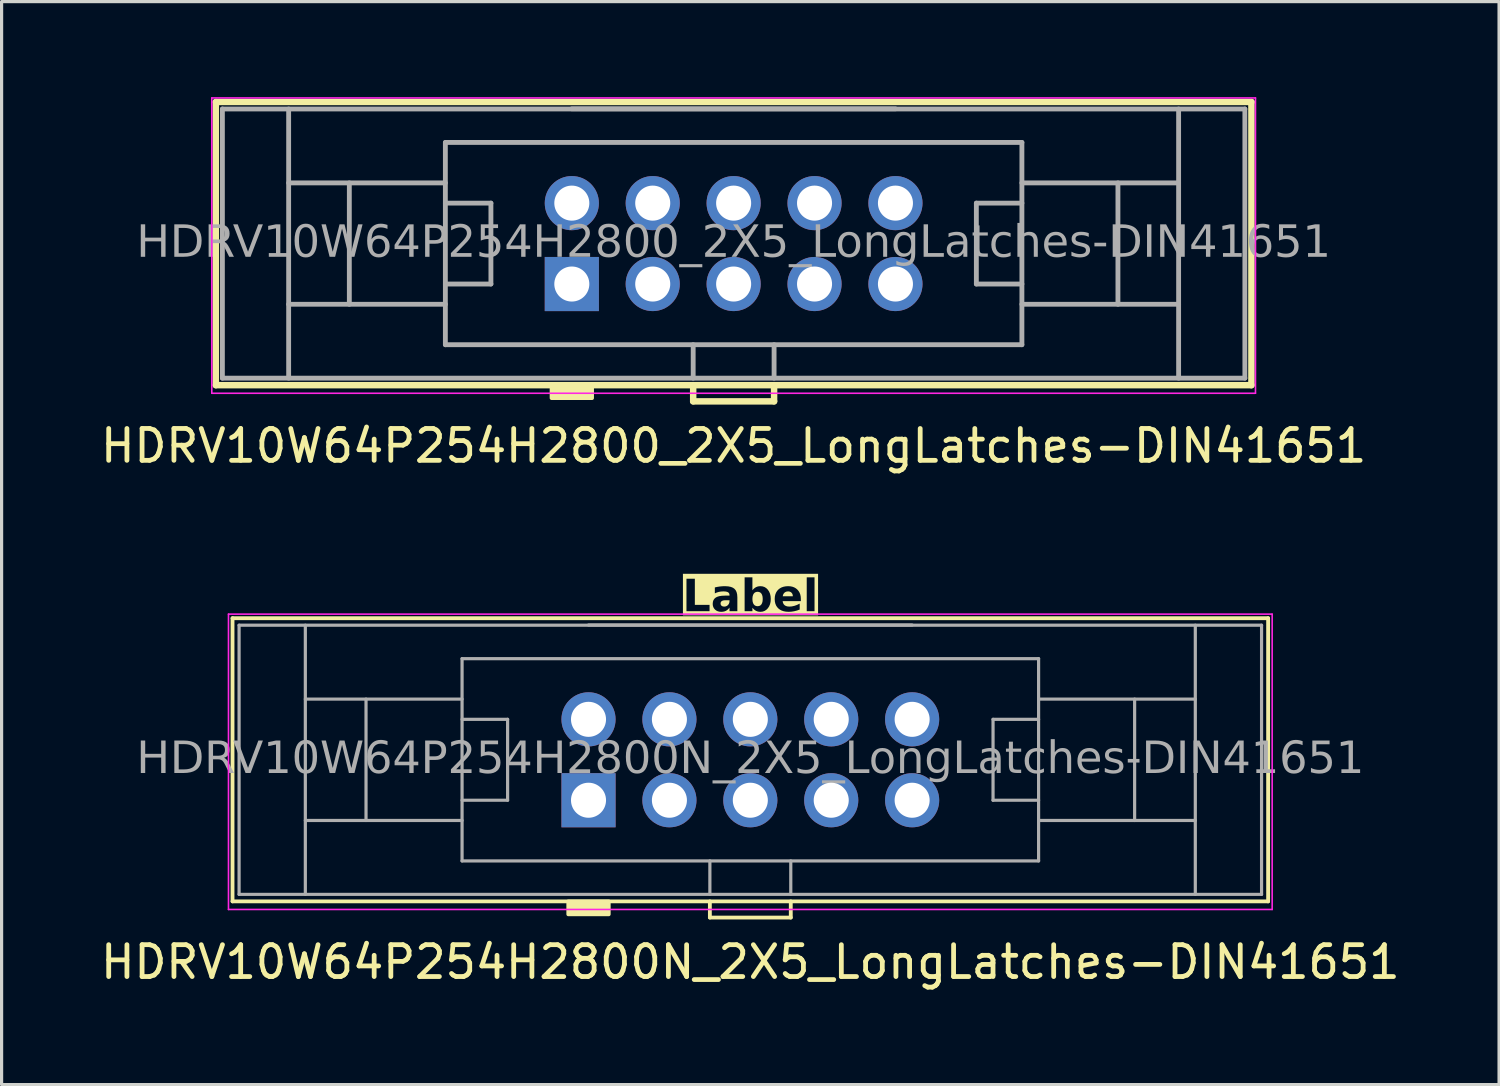
<source format=kicad_pcb>
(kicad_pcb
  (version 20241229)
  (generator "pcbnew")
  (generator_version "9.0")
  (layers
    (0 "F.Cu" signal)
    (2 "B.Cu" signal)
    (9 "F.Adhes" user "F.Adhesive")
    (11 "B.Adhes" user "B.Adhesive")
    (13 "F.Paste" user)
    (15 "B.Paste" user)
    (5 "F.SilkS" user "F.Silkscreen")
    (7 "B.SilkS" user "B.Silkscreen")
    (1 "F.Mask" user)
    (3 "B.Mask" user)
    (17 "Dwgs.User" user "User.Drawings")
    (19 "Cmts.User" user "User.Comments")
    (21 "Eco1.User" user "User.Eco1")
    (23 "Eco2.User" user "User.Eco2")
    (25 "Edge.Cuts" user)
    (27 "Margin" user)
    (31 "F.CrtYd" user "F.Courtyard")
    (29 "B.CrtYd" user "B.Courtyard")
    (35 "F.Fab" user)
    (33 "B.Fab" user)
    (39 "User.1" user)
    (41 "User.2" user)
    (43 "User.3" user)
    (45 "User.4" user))
  (footprint "HDRV10W64P254H2800_2X5_LongLatches-DIN41651"
    (layer "F.Cu")
    (at 19.982 4.597)
    (property "Reference" "HDRV10W64P254H2800_2X5_LongLatches-DIN41651" (at 0 6.35 0) (layer "F.SilkS") (effects (font (size 1 1) (thickness 0.15))))
    (attr through_hole)
    (fp_line (start -16.256 -4.445) (end -16.256 4.445) (stroke (width 0.203) (type solid)) (layer "F.SilkS"))
    (fp_line (start -16.256 -4.445) (end 16.256 -4.445) (stroke (width 0.203) (type solid)) (layer "F.SilkS"))
    (fp_line (start -16.256 4.445) (end 16.256 4.445) (stroke (width 0.203) (type solid)) (layer "F.SilkS"))
    (fp_line (start -1.27 4.445) (end -1.27 4.953) (stroke (width 0.203) (type default)) (layer "F.SilkS"))
    (fp_line (start -1.27 4.953) (end 1.27 4.953) (stroke (width 0.203) (type default)) (layer "F.SilkS"))
    (fp_line (start 1.27 4.953) (end 1.27 4.445) (stroke (width 0.203) (type default)) (layer "F.SilkS"))
    (fp_line (start 16.256 -4.445) (end 16.256 4.445) (stroke (width 0.203) (type solid)) (layer "F.SilkS"))
    (fp_rect (start -4.445 4.445) (end -5.715 4.851) (stroke (width 0.12) (type solid)) (fill yes) (layer "F.SilkS"))
    (fp_line (start -16.383 -4.572) (end -16.383 4.699) (stroke (width 0.05) (type solid)) (layer "F.CrtYd"))
    (fp_line (start 16.383 -4.572) (end -16.383 -4.572) (stroke (width 0.05) (type solid)) (layer "F.CrtYd"))
    (fp_line (start 16.383 -4.572) (end 16.383 4.699) (stroke (width 0.05) (type solid)) (layer "F.CrtYd"))
    (fp_line (start 16.383 4.699) (end -16.383 4.699) (stroke (width 0.05) (type solid)) (layer "F.CrtYd"))
    (fp_line (start -16.05 -4.225) (end -16.05 4.225) (stroke (width 0.152) (type solid)) (layer "F.Fab"))
    (fp_line (start -16.05 -4.225) (end 16.05 -4.225) (stroke (width 0.152) (type solid)) (layer "F.Fab"))
    (fp_line (start -13.97 -4.225) (end -13.97 4.225) (stroke (width 0.152) (type default)) (layer "F.Fab"))
    (fp_line (start -13.97 -1.905) (end -9.05 -1.905) (stroke (width 0.152) (type default)) (layer "F.Fab"))
    (fp_line (start -13.97 1.905) (end -9.05 1.905) (stroke (width 0.152) (type default)) (layer "F.Fab"))
    (fp_line (start -12.065 -1.905) (end -12.065 1.905) (stroke (width 0.152) (type default)) (layer "F.Fab"))
    (fp_line (start -9.05 -3.175) (end -9.05 3.175) (stroke (width 0.152) (type solid)) (layer "F.Fab"))
    (fp_line (start -9.05 -3.175) (end 9.05 -3.175) (stroke (width 0.152) (type default)) (layer "F.Fab"))
    (fp_line (start -9.05 -1.27) (end -7.62 -1.27) (stroke (width 0.152) (type default)) (layer "F.Fab"))
    (fp_line (start -7.62 -1.27) (end -7.62 1.27) (stroke (width 0.152) (type default)) (layer "F.Fab"))
    (fp_line (start -7.62 1.27) (end -9.05 1.27) (stroke (width 0.152) (type default)) (layer "F.Fab"))
    (fp_line (start -5.08 -4.231) (end 5.08 -4.231) (stroke (width 0.152) (type solid)) (layer "F.Fab"))
    (fp_line (start -1.27 3.175) (end -1.27 4.225) (stroke (width 0.152) (type default)) (layer "F.Fab"))
    (fp_line (start 1.27 3.175) (end 1.27 4.225) (stroke (width 0.152) (type default)) (layer "F.Fab"))
    (fp_line (start 7.62 -1.27) (end 9.05 -1.27) (stroke (width 0.152) (type default)) (layer "F.Fab"))
    (fp_line (start 7.62 1.27) (end 7.62 -1.27) (stroke (width 0.152) (type default)) (layer "F.Fab"))
    (fp_line (start 9.05 1.27) (end 7.62 1.27) (stroke (width 0.152) (type default)) (layer "F.Fab"))
    (fp_line (start 9.05 3.175) (end -9.05 3.175) (stroke (width 0.152) (type default)) (layer "F.Fab"))
    (fp_line (start 9.05 3.175) (end 9.05 -3.175) (stroke (width 0.152) (type solid)) (layer "F.Fab"))
    (fp_line (start 12.065 1.905) (end 12.065 -1.905) (stroke (width 0.152) (type default)) (layer "F.Fab"))
    (fp_line (start 13.97 -1.905) (end 9.05 -1.905) (stroke (width 0.152) (type default)) (layer "F.Fab"))
    (fp_line (start 13.97 1.905) (end 9.05 1.905) (stroke (width 0.152) (type default)) (layer "F.Fab"))
    (fp_line (start 13.97 4.225) (end 13.97 -4.225) (stroke (width 0.152) (type default)) (layer "F.Fab"))
    (fp_line (start 16.05 4.225) (end -16.05 4.225) (stroke (width 0.152) (type solid)) (layer "F.Fab"))
    (fp_line (start 16.05 4.225) (end 16.05 -4.225) (stroke (width 0.152) (type solid)) (layer "F.Fab"))
    (fp_rect (start -5.397 -0.953) (end -4.763 -1.587) (stroke (width 0.152) (type solid)) (fill no) (layer "F.Fab"))
    (fp_rect (start -5.397 1.587) (end -4.763 0.953) (stroke (width 0.152) (type solid)) (fill no) (layer "F.Fab"))
    (fp_rect (start -2.857 -0.953) (end -2.223 -1.587) (stroke (width 0.152) (type solid)) (fill no) (layer "F.Fab"))
    (fp_rect (start -2.857 1.587) (end -2.223 0.953) (stroke (width 0.152) (type solid)) (fill no) (layer "F.Fab"))
    (fp_rect (start -0.318 -0.953) (end 0.318 -1.587) (stroke (width 0.152) (type solid)) (fill no) (layer "F.Fab"))
    (fp_rect (start -0.318 1.587) (end 0.318 0.953) (stroke (width 0.152) (type solid)) (fill no) (layer "F.Fab"))
    (fp_rect (start 2.223 -0.953) (end 2.857 -1.587) (stroke (width 0.152) (type solid)) (fill no) (layer "F.Fab"))
    (fp_rect (start 2.223 1.587) (end 2.857 0.953) (stroke (width 0.152) (type solid)) (fill no) (layer "F.Fab"))
    (fp_rect (start 4.763 -0.953) (end 5.397 -1.587) (stroke (width 0.152) (type solid)) (fill no) (layer "F.Fab"))
    (fp_rect (start 4.763 1.587) (end 5.397 0.953) (stroke (width 0.152) (type solid)) (fill no) (layer "F.Fab"))
    (fp_text user "${REFERENCE}" (at 0 0 0) (layer "F.Fab") (effects (font (face "Tahoma") (size 1 1) (thickness 0.15))))
    (pad "1" thru_hole rect (at -5.08 1.27) (size 1.7 1.7) (drill 1.1) (layers "*.Cu" "*.Mask"))
    (pad "2" thru_hole circle (at -5.08 -1.27) (size 1.7 1.7) (drill 1.1) (layers "*.Cu" "*.Mask"))
    (pad "3" thru_hole circle (at -2.54 1.27) (size 1.7 1.7) (drill 1.1) (layers "*.Cu" "*.Mask"))
    (pad "4" thru_hole circle (at -2.54 -1.27) (size 1.7 1.7) (drill 1.1) (layers "*.Cu" "*.Mask"))
    (pad "5" thru_hole circle (at 0 1.27) (size 1.7 1.7) (drill 1.1) (layers "*.Cu" "*.Mask"))
    (pad "6" thru_hole circle (at 0 -1.27) (size 1.7 1.7) (drill 1.1) (layers "*.Cu" "*.Mask"))
    (pad "7" thru_hole circle (at 2.54 1.27) (size 1.7 1.7) (drill 1.1) (layers "*.Cu" "*.Mask"))
    (pad "8" thru_hole circle (at 2.54 -1.27) (size 1.7 1.7) (drill 1.1) (layers "*.Cu" "*.Mask"))
    (pad "9" thru_hole circle (at 5.08 1.27) (size 1.7 1.7) (drill 1.1) (layers "*.Cu" "*.Mask"))
    (pad "10" thru_hole circle (at 5.08 -1.27) (size 1.7 1.7) (drill 1.1) (layers "*.Cu" "*.Mask")))
  (footprint "HDRV10W64P254H2800N_2X5_LongLatches-DIN41651"
    (layer "F.Cu")
    (at 20.506 20.803)
    (property "Reference" "HDRV10W64P254H2800N_2X5_LongLatches-DIN41651" (at 0 6.35 0) (layer "F.SilkS") (effects (font (size 1 1) (thickness 0.15))))
    (property "Label" "Label" (at 0 -5.08 0) (layer "F.SilkS" knockout) (effects (font (face "Tahoma") (size 1 1) (thickness 0.2) (bold yes))))
    (attr through_hole)
    (fp_line (start -16.256 -4.445) (end -16.256 4.445) (stroke (width 0.12) (type solid)) (layer "F.SilkS"))
    (fp_line (start -16.256 -4.445) (end 16.256 -4.445) (stroke (width 0.12) (type solid)) (layer "F.SilkS"))
    (fp_line (start -16.256 4.445) (end 16.256 4.445) (stroke (width 0.12) (type solid)) (layer "F.SilkS"))
    (fp_line (start -1.27 4.445) (end -1.27 4.953) (stroke (width 0.12) (type default)) (layer "F.SilkS"))
    (fp_line (start -1.27 4.953) (end 1.27 4.953) (stroke (width 0.12) (type default)) (layer "F.SilkS"))
    (fp_line (start 1.27 4.953) (end 1.27 4.445) (stroke (width 0.12) (type default)) (layer "F.SilkS"))
    (fp_line (start 16.256 -4.445) (end 16.256 4.445) (stroke (width 0.12) (type solid)) (layer "F.SilkS"))
    (fp_rect (start -4.445 4.445) (end -5.715 4.851) (stroke (width 0.12) (type solid)) (fill yes) (layer "F.SilkS"))
    (fp_line (start -16.383 -4.572) (end -16.383 4.699) (stroke (width 0.05) (type solid)) (layer "F.CrtYd"))
    (fp_line (start 16.383 -4.572) (end -16.383 -4.572) (stroke (width 0.05) (type solid)) (layer "F.CrtYd"))
    (fp_line (start 16.383 -4.572) (end 16.383 4.699) (stroke (width 0.05) (type solid)) (layer "F.CrtYd"))
    (fp_line (start 16.383 4.699) (end -16.383 4.699) (stroke (width 0.05) (type solid)) (layer "F.CrtYd"))
    (fp_line (start -16.05 -4.225) (end -16.05 4.225) (stroke (width 0.1) (type solid)) (layer "F.Fab"))
    (fp_line (start -16.05 -4.225) (end 16.05 -4.225) (stroke (width 0.1) (type solid)) (layer "F.Fab"))
    (fp_line (start -13.97 -4.225) (end -13.97 4.225) (stroke (width 0.1) (type default)) (layer "F.Fab"))
    (fp_line (start -13.97 -1.905) (end -9.05 -1.905) (stroke (width 0.1) (type default)) (layer "F.Fab"))
    (fp_line (start -13.97 1.905) (end -9.05 1.905) (stroke (width 0.1) (type default)) (layer "F.Fab"))
    (fp_line (start -12.065 -1.905) (end -12.065 1.905) (stroke (width 0.1) (type default)) (layer "F.Fab"))
    (fp_line (start -9.05 -3.175) (end -9.05 3.175) (stroke (width 0.1) (type solid)) (layer "F.Fab"))
    (fp_line (start -9.05 -3.175) (end 9.05 -3.175) (stroke (width 0.1) (type default)) (layer "F.Fab"))
    (fp_line (start -9.05 -1.27) (end -7.62 -1.27) (stroke (width 0.1) (type default)) (layer "F.Fab"))
    (fp_line (start -7.62 -1.27) (end -7.62 1.27) (stroke (width 0.1) (type default)) (layer "F.Fab"))
    (fp_line (start -7.62 1.27) (end -9.05 1.27) (stroke (width 0.1) (type default)) (layer "F.Fab"))
    (fp_line (start -5.08 -4.231) (end 5.08 -4.231) (stroke (width 0.1) (type solid)) (layer "F.Fab"))
    (fp_line (start -1.27 3.175) (end -1.27 4.225) (stroke (width 0.1) (type default)) (layer "F.Fab"))
    (fp_line (start 1.27 3.175) (end 1.27 4.225) (stroke (width 0.1) (type default)) (layer "F.Fab"))
    (fp_line (start 7.62 -1.27) (end 9.05 -1.27) (stroke (width 0.1) (type default)) (layer "F.Fab"))
    (fp_line (start 7.62 1.27) (end 7.62 -1.27) (stroke (width 0.1) (type default)) (layer "F.Fab"))
    (fp_line (start 9.05 1.27) (end 7.62 1.27) (stroke (width 0.1) (type default)) (layer "F.Fab"))
    (fp_line (start 9.05 3.175) (end -9.05 3.175) (stroke (width 0.1) (type default)) (layer "F.Fab"))
    (fp_line (start 9.05 3.175) (end 9.05 -3.175) (stroke (width 0.1) (type solid)) (layer "F.Fab"))
    (fp_line (start 12.065 1.905) (end 12.065 -1.905) (stroke (width 0.1) (type default)) (layer "F.Fab"))
    (fp_line (start 13.97 -1.905) (end 9.05 -1.905) (stroke (width 0.1) (type default)) (layer "F.Fab"))
    (fp_line (start 13.97 1.905) (end 9.05 1.905) (stroke (width 0.1) (type default)) (layer "F.Fab"))
    (fp_line (start 13.97 4.225) (end 13.97 -4.225) (stroke (width 0.1) (type default)) (layer "F.Fab"))
    (fp_line (start 16.05 4.225) (end -16.05 4.225) (stroke (width 0.1) (type solid)) (layer "F.Fab"))
    (fp_line (start 16.05 4.225) (end 16.05 -4.225) (stroke (width 0.1) (type solid)) (layer "F.Fab"))
    (fp_rect (start -5.397 -0.953) (end -4.763 -1.587) (stroke (width 0.1) (type solid)) (fill no) (layer "F.Fab"))
    (fp_rect (start -5.397 1.587) (end -4.763 0.953) (stroke (width 0.1) (type solid)) (fill no) (layer "F.Fab"))
    (fp_rect (start -2.857 -0.953) (end -2.223 -1.587) (stroke (width 0.1) (type solid)) (fill no) (layer "F.Fab"))
    (fp_rect (start -2.857 1.587) (end -2.223 0.953) (stroke (width 0.1) (type solid)) (fill no) (layer "F.Fab"))
    (fp_rect (start -0.318 -0.953) (end 0.318 -1.587) (stroke (width 0.1) (type solid)) (fill no) (layer "F.Fab"))
    (fp_rect (start -0.318 1.587) (end 0.318 0.953) (stroke (width 0.1) (type solid)) (fill no) (layer "F.Fab"))
    (fp_rect (start 2.223 -0.953) (end 2.857 -1.587) (stroke (width 0.1) (type solid)) (fill no) (layer "F.Fab"))
    (fp_rect (start 2.223 1.587) (end 2.857 0.953) (stroke (width 0.1) (type solid)) (fill no) (layer "F.Fab"))
    (fp_rect (start 4.763 -0.953) (end 5.397 -1.587) (stroke (width 0.1) (type solid)) (fill no) (layer "F.Fab"))
    (fp_rect (start 4.763 1.587) (end 5.397 0.953) (stroke (width 0.1) (type solid)) (fill no) (layer "F.Fab"))
    (fp_text user "${REFERENCE}" (at 0 0 0) (layer "F.Fab") (effects (font (face "Tahoma") (size 1 1) (thickness 0.15))))
    (pad "1" thru_hole rect (at -5.08 1.27) (size 1.7 1.7) (drill 1.1) (layers "*.Cu" "*.Mask"))
    (pad "2" thru_hole circle (at -5.08 -1.27) (size 1.7 1.7) (drill 1.1) (layers "*.Cu" "*.Mask"))
    (pad "3" thru_hole circle (at -2.54 1.27) (size 1.7 1.7) (drill 1.1) (layers "*.Cu" "*.Mask"))
    (pad "4" thru_hole circle (at -2.54 -1.27) (size 1.7 1.7) (drill 1.1) (layers "*.Cu" "*.Mask"))
    (pad "5" thru_hole circle (at 0 1.27) (size 1.7 1.7) (drill 1.1) (layers "*.Cu" "*.Mask"))
    (pad "6" thru_hole circle (at 0 -1.27) (size 1.7 1.7) (drill 1.1) (layers "*.Cu" "*.Mask"))
    (pad "7" thru_hole circle (at 2.54 1.27) (size 1.7 1.7) (drill 1.1) (layers "*.Cu" "*.Mask"))
    (pad "8" thru_hole circle (at 2.54 -1.27) (size 1.7 1.7) (drill 1.1) (layers "*.Cu" "*.Mask"))
    (pad "9" thru_hole circle (at 5.08 1.27) (size 1.7 1.7) (drill 1.1) (layers "*.Cu" "*.Mask"))
    (pad "10" thru_hole circle (at 5.08 -1.27) (size 1.7 1.7) (drill 1.1) (layers "*.Cu" "*.Mask")))
  (gr_rect
    (start -3 -3)
    (end 44.012 31.001)
    (stroke (width 0.1) (type default))
    (fill no)
    (layer "Edge.Cuts")))
</source>
